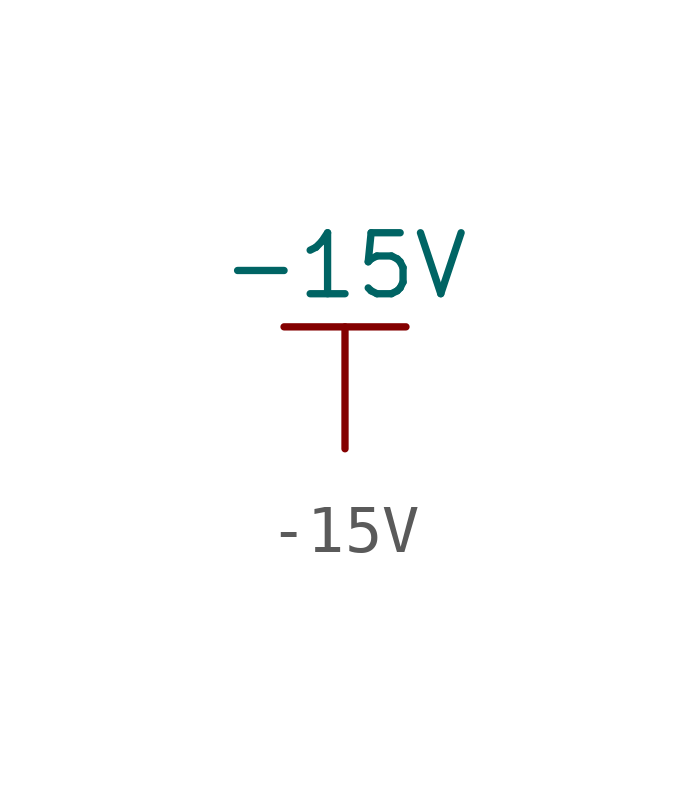
<source format=kicad_sym>
(kicad_symbol_lib
  (version 20220914)
  (generator kicad_symbol_editor)
  (symbol "-15V"
    (power)
    (pin_names
      (offset 0))
    (property "Reference" "#PWR"
      (at 0 2.54 0)
      (effects (font (size 1.27 1.27)) hide))
    (property "Value" "-15V"
      (at 0 3.81 0)
      (effects (font (size 1.27 1.27))))
    (symbol "-15V_0_0"
      (pin power_in line (at 0 0 90) (length 0) hide (name "-15V" (effects (font (size 1.27 1.27)))) (number "1" (effects (font (size 1.27 1.27))))))
    (symbol "-15V_0_1"
      (polyline (pts (xy -1.27 2.54) (xy 1.27 2.54)) (stroke (width 0) (type solid)) (fill (type none)))
      (polyline (pts (xy 0 0) (xy 0 2.54)) (stroke (width 0) (type solid)) (fill (type none))))))
</source>
